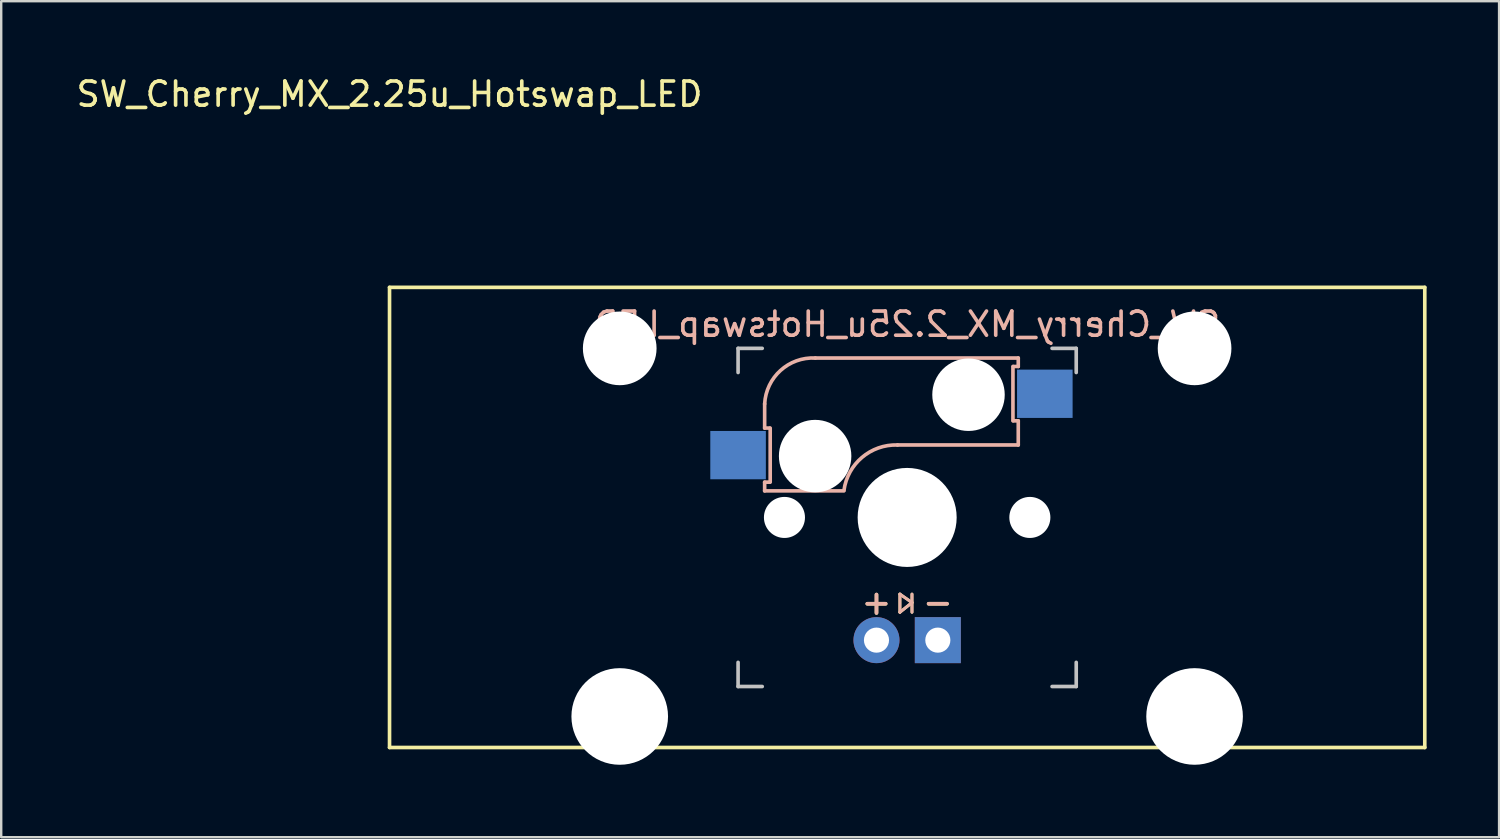
<source format=kicad_pcb>
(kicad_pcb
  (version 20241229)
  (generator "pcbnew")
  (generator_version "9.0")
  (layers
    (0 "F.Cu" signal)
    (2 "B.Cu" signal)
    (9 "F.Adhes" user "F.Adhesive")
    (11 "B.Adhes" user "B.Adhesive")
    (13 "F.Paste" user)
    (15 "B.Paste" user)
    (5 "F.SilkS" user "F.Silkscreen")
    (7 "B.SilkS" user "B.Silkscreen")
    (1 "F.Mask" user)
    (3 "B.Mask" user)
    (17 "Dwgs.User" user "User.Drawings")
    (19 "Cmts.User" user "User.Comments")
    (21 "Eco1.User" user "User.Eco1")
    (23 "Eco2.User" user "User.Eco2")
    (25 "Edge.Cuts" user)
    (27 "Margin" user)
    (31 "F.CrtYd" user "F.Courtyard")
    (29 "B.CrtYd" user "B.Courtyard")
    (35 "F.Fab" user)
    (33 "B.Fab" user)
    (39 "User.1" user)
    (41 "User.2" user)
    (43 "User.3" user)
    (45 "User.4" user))
  (footprint "SW_Cherry_MX_2.25u_Hotswap_LED"
    (layer "F.Cu")
    (at 13.077 8.848)
    (property "Reference" "SW_Cherry_MX_2.25u_Hotswap_LED" (at 0 -8 0) (unlocked yes) (layer "F.SilkS") (effects (font (size 1 1) (thickness 0.15))))
    (attr through_hole)
    (fp_line (start 0 0) (end 42.862 0) (stroke (width 0.15) (type solid)) (layer "F.SilkS"))
    (fp_line (start 0 19.05) (end 0 0) (stroke (width 0.15) (type solid)) (layer "F.SilkS"))
    (fp_line (start 21.131 12.7) (end 21.131 13.45) (stroke (width 0.12) (type solid)) (layer "F.SilkS"))
    (fp_line (start 21.131 13.45) (end 21.631 13.05) (stroke (width 0.12) (type solid)) (layer "F.SilkS"))
    (fp_line (start 21.631 12.7) (end 21.631 13.45) (stroke (width 0.12) (type solid)) (layer "F.SilkS"))
    (fp_line (start 21.631 13.05) (end 21.131 12.7) (stroke (width 0.12) (type solid)) (layer "F.SilkS"))
    (fp_line (start 42.862 0) (end 42.862 19.05) (stroke (width 0.15) (type solid)) (layer "F.SilkS"))
    (fp_line (start 42.862 19.05) (end 0 19.05) (stroke (width 0.15) (type solid)) (layer "F.SilkS"))
    (fp_line (start 15.531 4.825) (end 15.531 5.825) (stroke (width 0.15) (type solid)) (layer "B.SilkS"))
    (fp_line (start 15.531 5.825) (end 15.731 5.825) (stroke (width 0.15) (type solid)) (layer "B.SilkS"))
    (fp_line (start 15.531 8.425) (end 15.531 8.065) (stroke (width 0.15) (type solid)) (layer "B.SilkS"))
    (fp_line (start 15.531 8.425) (end 18.811 8.425) (stroke (width 0.15) (type solid)) (layer "B.SilkS"))
    (fp_line (start 15.731 8.065) (end 15.531 8.065) (stroke (width 0.15) (type solid)) (layer "B.SilkS"))
    (fp_line (start 15.761 5.825) (end 15.761 8.065) (stroke (width 0.15) (type solid)) (layer "B.SilkS"))
    (fp_line (start 21.031 6.525) (end 26.031 6.525) (stroke (width 0.15) (type solid)) (layer "B.SilkS"))
    (fp_line (start 21.131 12.7) (end 21.131 13.45) (stroke (width 0.12) (type solid)) (layer "B.SilkS"))
    (fp_line (start 21.131 13.45) (end 21.631 13.05) (stroke (width 0.12) (type solid)) (layer "B.SilkS"))
    (fp_line (start 21.631 12.7) (end 21.631 13.45) (stroke (width 0.12) (type solid)) (layer "B.SilkS"))
    (fp_line (start 21.631 13.05) (end 21.131 12.7) (stroke (width 0.12) (type solid)) (layer "B.SilkS"))
    (fp_line (start 25.811 5.525) (end 25.811 3.275) (stroke (width 0.15) (type solid)) (layer "B.SilkS"))
    (fp_line (start 25.831 3.275) (end 26.031 3.275) (stroke (width 0.15) (type solid)) (layer "B.SilkS"))
    (fp_line (start 26.031 2.925) (end 17.631 2.925) (stroke (width 0.15) (type solid)) (layer "B.SilkS"))
    (fp_line (start 26.031 3.275) (end 26.031 2.925) (stroke (width 0.15) (type solid)) (layer "B.SilkS"))
    (fp_line (start 26.031 5.525) (end 25.831 5.525) (stroke (width 0.15) (type solid)) (layer "B.SilkS"))
    (fp_line (start 26.031 6.525) (end 26.031 5.525) (stroke (width 0.15) (type solid)) (layer "B.SilkS"))
    (fp_arc (start 15.53125 4.825001) (mid 16.187746 3.440076) (end 17.631249 2.925) (stroke (width 0.15) (type solid)) (layer "B.SilkS"))
    (fp_arc (start 18.814932 8.403529) (mid 19.562541 7.038882) (end 21.03125 6.525) (stroke (width 0.15) (type solid)) (layer "B.SilkS"))
    (fp_line (start 14.431 2.525) (end 15.431 2.525) (stroke (width 0.15) (type solid)) (layer "Dwgs.User"))
    (fp_line (start 14.431 3.525) (end 14.431 2.525) (stroke (width 0.15) (type solid)) (layer "Dwgs.User"))
    (fp_line (start 14.431 15.525) (end 14.431 16.525) (stroke (width 0.15) (type solid)) (layer "Dwgs.User"))
    (fp_line (start 14.431 16.525) (end 15.431 16.525) (stroke (width 0.15) (type solid)) (layer "Dwgs.User"))
    (fp_line (start 27.431 16.525) (end 28.431 16.525) (stroke (width 0.15) (type solid)) (layer "Dwgs.User"))
    (fp_line (start 28.431 2.525) (end 27.431 2.525) (stroke (width 0.15) (type solid)) (layer "Dwgs.User"))
    (fp_line (start 28.431 2.525) (end 28.431 3.525) (stroke (width 0.15) (type solid)) (layer "Dwgs.User"))
    (fp_line (start 28.431 16.525) (end 28.431 15.525) (stroke (width 0.15) (type solid)) (layer "Dwgs.User"))
    (fp_line (start 5.931 3.475) (end 14.381 3.475) (stroke (width 0.05) (type solid)) (layer "Eco1.User"))
    (fp_line (start 5.931 18.575) (end 5.931 3.475) (stroke (width 0.05) (type solid)) (layer "Eco1.User"))
    (fp_line (start 12.931 16.575) (end 12.931 18.575) (stroke (width 0.05) (type solid)) (layer "Eco1.User"))
    (fp_line (start 12.931 18.575) (end 5.931 18.575) (stroke (width 0.05) (type solid)) (layer "Eco1.User"))
    (fp_line (start 14.381 2.475) (end 14.381 3.475) (stroke (width 0.05) (type solid)) (layer "Eco1.User"))
    (fp_line (start 14.381 2.475) (end 28.481 2.475) (stroke (width 0.05) (type solid)) (layer "Eco1.User"))
    (fp_line (start 21.431 16.575) (end 12.931 16.575) (stroke (width 0.05) (type solid)) (layer "Eco1.User"))
    (fp_line (start 21.431 16.575) (end 29.931 16.575) (stroke (width 0.05) (type default)) (layer "Eco1.User"))
    (fp_line (start 28.481 2.475) (end 28.481 3.475) (stroke (width 0.05) (type solid)) (layer "Eco1.User"))
    (fp_line (start 28.481 3.475) (end 36.931 3.475) (stroke (width 0.05) (type solid)) (layer "Eco1.User"))
    (fp_line (start 29.931 18.575) (end 29.931 16.575) (stroke (width 0.05) (type solid)) (layer "Eco1.User"))
    (fp_line (start 29.931 18.575) (end 36.931 18.575) (stroke (width 0.05) (type solid)) (layer "Eco1.User"))
    (fp_line (start 36.931 18.575) (end 36.931 3.475) (stroke (width 0.05) (type solid)) (layer "Eco1.User"))
    (fp_text user "+" (at 20.161 13.025 0) (layer "F.SilkS") (effects (font (size 1 1) (thickness 0.15))))
    (fp_text user "-" (at 22.701 13.025 0) (layer "F.SilkS") (effects (font (size 1 1) (thickness 0.15))))
    (fp_text user "-" (at 22.701 13.025 0) (layer "B.SilkS") (effects (font (size 1 1) (thickness 0.15))))
    (fp_text user "${REFERENCE}" (at 21.431 1.525 0) (layer "B.SilkS") (effects (font (size 1 1) (thickness 0.15)) (justify mirror)))
    (fp_text user "+" (at 20.161 13.025 0) (layer "B.SilkS") (effects (font (size 1 1) (thickness 0.15))))
    (pad "" np_thru_hole circle (at 9.531 2.525) (size 3.05 3.05) (drill 3.05) (layers "*.Cu" "*.Mask"))
    (pad "" np_thru_hole circle (at 9.531 17.765) (size 4 4) (drill 4) (layers "*.Cu" "*.Mask"))
    (pad "" np_thru_hole circle (at 16.351 9.525) (size 1.7 1.7) (drill 1.7) (layers "*.Cu" "*.Mask"))
    (pad "" np_thru_hole circle (at 17.621 6.985 180) (size 3 3) (drill 3) (layers "*.Cu" "*.Mask"))
    (pad "" np_thru_hole circle (at 21.431 9.525 90) (size 4.1 4.1) (drill 4.1) (layers "*.Cu" "*.Mask"))
    (pad "" np_thru_hole circle (at 23.971 4.445 180) (size 3 3) (drill 3) (layers "*.Cu" "*.Mask"))
    (pad "" np_thru_hole circle (at 26.511 9.525) (size 1.7 1.7) (drill 1.7) (layers "*.Cu" "*.Mask"))
    (pad "" np_thru_hole circle (at 33.331 2.525) (size 3.05 3.05) (drill 3.05) (layers "*.Cu" "*.Mask"))
    (pad "" np_thru_hole circle (at 33.331 17.765) (size 4 4) (drill 4) (layers "*.Cu" "*.Mask"))
    (pad "1" smd rect (at 14.431 6.945 180) (size 2.3 2) (layers "B.Cu" "B.Mask" "B.Paste"))
    (pad "2" smd rect (at 27.131 4.405 180) (size 2.3 2) (layers "B.Cu" "B.Mask" "B.Paste"))
    (pad "3" thru_hole circle (at 20.161 14.605) (size 1.905 1.905) (drill 1.04) (layers "*.Cu" "*.Mask"))
    (pad "4" thru_hole rect (at 22.701 14.605) (size 1.905 1.905) (drill 1.04) (layers "*.Cu" "*.Mask")))
  (gr_rect
    (start -3 -3)
    (end 59.015 31.613)
    (stroke (width 0.1) (type default))
    (fill no)
    (layer "Edge.Cuts")))
</source>
